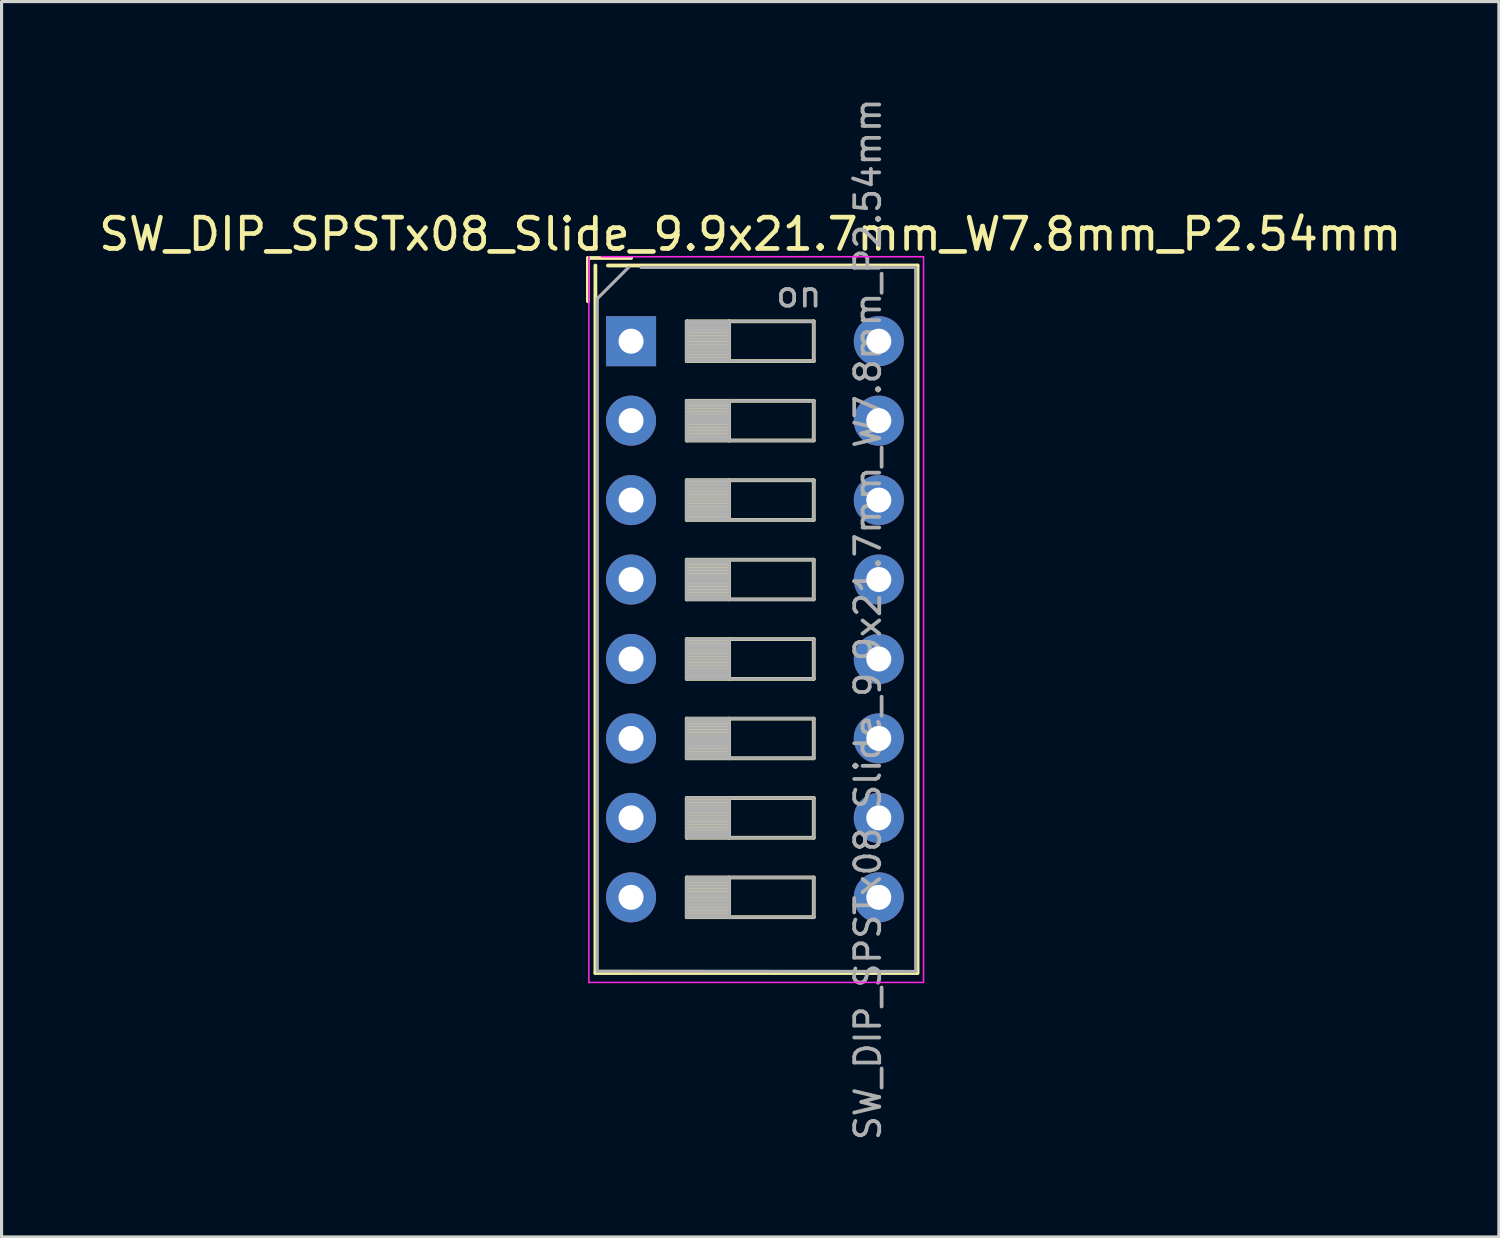
<source format=kicad_pcb>
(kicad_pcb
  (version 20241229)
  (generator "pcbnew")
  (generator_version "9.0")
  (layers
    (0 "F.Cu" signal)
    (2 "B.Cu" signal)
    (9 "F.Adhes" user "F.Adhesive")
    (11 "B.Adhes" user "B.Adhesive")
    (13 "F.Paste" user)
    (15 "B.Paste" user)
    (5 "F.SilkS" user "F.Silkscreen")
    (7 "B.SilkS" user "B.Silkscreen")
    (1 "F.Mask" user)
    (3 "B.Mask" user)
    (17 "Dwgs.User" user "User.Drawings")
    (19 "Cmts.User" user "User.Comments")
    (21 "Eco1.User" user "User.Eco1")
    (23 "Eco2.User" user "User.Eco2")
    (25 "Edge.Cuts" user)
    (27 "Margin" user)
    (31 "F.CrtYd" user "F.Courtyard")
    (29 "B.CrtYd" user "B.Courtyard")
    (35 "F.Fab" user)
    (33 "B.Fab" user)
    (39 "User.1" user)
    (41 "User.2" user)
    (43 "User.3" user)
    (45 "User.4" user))
  (footprint "SW_DIP_SPSTx08_Slide_9.9x21.7mm_W7.8mm_P2.54mm"
    (layer "F.Cu")
    (at 17.125 7.858)
    (property "Reference" "SW_DIP_SPSTx08_Slide_9.9x21.7mm_W7.8mm_P2.54mm" (at 3.81 -3.42 0) (layer "F.SilkS") (effects (font (size 1 1) (thickness 0.15))))
    (attr through_hole)
    (fp_line (start -1.38 -2.66) (end -1.38 -1.277) (stroke (width 0.12) (type solid)) (layer "F.SilkS"))
    (fp_line (start -1.38 -2.66) (end 0.004 -2.66) (stroke (width 0.12) (type solid)) (layer "F.SilkS"))
    (fp_line (start -1.14 -2.42) (end -1.14 20.201) (stroke (width 0.12) (type solid)) (layer "F.SilkS"))
    (fp_line (start -1.14 20.201) (end 9.15 20.2) (stroke (width 0.12) (type solid)) (layer "F.SilkS"))
    (fp_line (start -0.74 -2.42) (end 9.16 -2.42) (stroke (width 0.12) (type solid)) (layer "F.SilkS"))
    (fp_line (start 1.78 -0.635) (end 1.78 0.635) (stroke (width 0.12) (type solid)) (layer "F.SilkS"))
    (fp_line (start 1.78 -0.515) (end 3.133 -0.515) (stroke (width 0.12) (type solid)) (layer "F.SilkS"))
    (fp_line (start 1.78 -0.395) (end 3.133 -0.395) (stroke (width 0.12) (type solid)) (layer "F.SilkS"))
    (fp_line (start 1.78 -0.275) (end 3.133 -0.275) (stroke (width 0.12) (type solid)) (layer "F.SilkS"))
    (fp_line (start 1.78 -0.155) (end 3.133 -0.155) (stroke (width 0.12) (type solid)) (layer "F.SilkS"))
    (fp_line (start 1.78 -0.035) (end 3.133 -0.035) (stroke (width 0.12) (type solid)) (layer "F.SilkS"))
    (fp_line (start 1.78 0.085) (end 3.133 0.085) (stroke (width 0.12) (type solid)) (layer "F.SilkS"))
    (fp_line (start 1.78 0.205) (end 3.133 0.205) (stroke (width 0.12) (type solid)) (layer "F.SilkS"))
    (fp_line (start 1.78 0.325) (end 3.133 0.325) (stroke (width 0.12) (type solid)) (layer "F.SilkS"))
    (fp_line (start 1.78 0.445) (end 3.133 0.445) (stroke (width 0.12) (type solid)) (layer "F.SilkS"))
    (fp_line (start 1.78 0.565) (end 3.133 0.565) (stroke (width 0.12) (type solid)) (layer "F.SilkS"))
    (fp_line (start 1.78 0.635) (end 5.84 0.635) (stroke (width 0.12) (type solid)) (layer "F.SilkS"))
    (fp_line (start 1.78 1.905) (end 1.78 3.175) (stroke (width 0.12) (type solid)) (layer "F.SilkS"))
    (fp_line (start 1.78 2.025) (end 3.133 2.025) (stroke (width 0.12) (type solid)) (layer "F.SilkS"))
    (fp_line (start 1.78 2.145) (end 3.133 2.145) (stroke (width 0.12) (type solid)) (layer "F.SilkS"))
    (fp_line (start 1.78 2.265) (end 3.133 2.265) (stroke (width 0.12) (type solid)) (layer "F.SilkS"))
    (fp_line (start 1.78 2.385) (end 3.133 2.385) (stroke (width 0.12) (type solid)) (layer "F.SilkS"))
    (fp_line (start 1.78 2.505) (end 3.133 2.505) (stroke (width 0.12) (type solid)) (layer "F.SilkS"))
    (fp_line (start 1.78 2.625) (end 3.133 2.625) (stroke (width 0.12) (type solid)) (layer "F.SilkS"))
    (fp_line (start 1.78 2.745) (end 3.133 2.745) (stroke (width 0.12) (type solid)) (layer "F.SilkS"))
    (fp_line (start 1.78 2.865) (end 3.133 2.865) (stroke (width 0.12) (type solid)) (layer "F.SilkS"))
    (fp_line (start 1.78 2.985) (end 3.133 2.985) (stroke (width 0.12) (type solid)) (layer "F.SilkS"))
    (fp_line (start 1.78 3.105) (end 3.133 3.105) (stroke (width 0.12) (type solid)) (layer "F.SilkS"))
    (fp_line (start 1.78 3.175) (end 5.84 3.175) (stroke (width 0.12) (type solid)) (layer "F.SilkS"))
    (fp_line (start 1.78 4.445) (end 1.78 5.715) (stroke (width 0.12) (type solid)) (layer "F.SilkS"))
    (fp_line (start 1.78 4.565) (end 3.133 4.565) (stroke (width 0.12) (type solid)) (layer "F.SilkS"))
    (fp_line (start 1.78 4.685) (end 3.133 4.685) (stroke (width 0.12) (type solid)) (layer "F.SilkS"))
    (fp_line (start 1.78 4.805) (end 3.133 4.805) (stroke (width 0.12) (type solid)) (layer "F.SilkS"))
    (fp_line (start 1.78 4.925) (end 3.133 4.925) (stroke (width 0.12) (type solid)) (layer "F.SilkS"))
    (fp_line (start 1.78 5.045) (end 3.133 5.045) (stroke (width 0.12) (type solid)) (layer "F.SilkS"))
    (fp_line (start 1.78 5.165) (end 3.133 5.165) (stroke (width 0.12) (type solid)) (layer "F.SilkS"))
    (fp_line (start 1.78 5.285) (end 3.133 5.285) (stroke (width 0.12) (type solid)) (layer "F.SilkS"))
    (fp_line (start 1.78 5.405) (end 3.133 5.405) (stroke (width 0.12) (type solid)) (layer "F.SilkS"))
    (fp_line (start 1.78 5.525) (end 3.133 5.525) (stroke (width 0.12) (type solid)) (layer "F.SilkS"))
    (fp_line (start 1.78 5.645) (end 3.133 5.645) (stroke (width 0.12) (type solid)) (layer "F.SilkS"))
    (fp_line (start 1.78 5.715) (end 5.84 5.715) (stroke (width 0.12) (type solid)) (layer "F.SilkS"))
    (fp_line (start 1.78 6.985) (end 1.78 8.255) (stroke (width 0.12) (type solid)) (layer "F.SilkS"))
    (fp_line (start 1.78 7.105) (end 3.133 7.105) (stroke (width 0.12) (type solid)) (layer "F.SilkS"))
    (fp_line (start 1.78 7.225) (end 3.133 7.225) (stroke (width 0.12) (type solid)) (layer "F.SilkS"))
    (fp_line (start 1.78 7.345) (end 3.133 7.345) (stroke (width 0.12) (type solid)) (layer "F.SilkS"))
    (fp_line (start 1.78 7.465) (end 3.133 7.465) (stroke (width 0.12) (type solid)) (layer "F.SilkS"))
    (fp_line (start 1.78 7.585) (end 3.133 7.585) (stroke (width 0.12) (type solid)) (layer "F.SilkS"))
    (fp_line (start 1.78 7.705) (end 3.133 7.705) (stroke (width 0.12) (type solid)) (layer "F.SilkS"))
    (fp_line (start 1.78 7.825) (end 3.133 7.825) (stroke (width 0.12) (type solid)) (layer "F.SilkS"))
    (fp_line (start 1.78 7.945) (end 3.133 7.945) (stroke (width 0.12) (type solid)) (layer "F.SilkS"))
    (fp_line (start 1.78 8.065) (end 3.133 8.065) (stroke (width 0.12) (type solid)) (layer "F.SilkS"))
    (fp_line (start 1.78 8.185) (end 3.133 8.185) (stroke (width 0.12) (type solid)) (layer "F.SilkS"))
    (fp_line (start 1.78 8.255) (end 5.84 8.255) (stroke (width 0.12) (type solid)) (layer "F.SilkS"))
    (fp_line (start 1.78 9.525) (end 1.78 10.795) (stroke (width 0.12) (type solid)) (layer "F.SilkS"))
    (fp_line (start 1.78 9.645) (end 3.133 9.645) (stroke (width 0.12) (type solid)) (layer "F.SilkS"))
    (fp_line (start 1.78 9.765) (end 3.133 9.765) (stroke (width 0.12) (type solid)) (layer "F.SilkS"))
    (fp_line (start 1.78 9.885) (end 3.133 9.885) (stroke (width 0.12) (type solid)) (layer "F.SilkS"))
    (fp_line (start 1.78 10.005) (end 3.133 10.005) (stroke (width 0.12) (type solid)) (layer "F.SilkS"))
    (fp_line (start 1.78 10.125) (end 3.133 10.125) (stroke (width 0.12) (type solid)) (layer "F.SilkS"))
    (fp_line (start 1.78 10.245) (end 3.133 10.245) (stroke (width 0.12) (type solid)) (layer "F.SilkS"))
    (fp_line (start 1.78 10.365) (end 3.133 10.365) (stroke (width 0.12) (type solid)) (layer "F.SilkS"))
    (fp_line (start 1.78 10.485) (end 3.133 10.485) (stroke (width 0.12) (type solid)) (layer "F.SilkS"))
    (fp_line (start 1.78 10.605) (end 3.133 10.605) (stroke (width 0.12) (type solid)) (layer "F.SilkS"))
    (fp_line (start 1.78 10.725) (end 3.133 10.725) (stroke (width 0.12) (type solid)) (layer "F.SilkS"))
    (fp_line (start 1.78 10.795) (end 5.84 10.795) (stroke (width 0.12) (type solid)) (layer "F.SilkS"))
    (fp_line (start 1.78 12.065) (end 1.78 13.335) (stroke (width 0.12) (type solid)) (layer "F.SilkS"))
    (fp_line (start 1.78 12.185) (end 3.133 12.185) (stroke (width 0.12) (type solid)) (layer "F.SilkS"))
    (fp_line (start 1.78 12.305) (end 3.133 12.305) (stroke (width 0.12) (type solid)) (layer "F.SilkS"))
    (fp_line (start 1.78 12.425) (end 3.133 12.425) (stroke (width 0.12) (type solid)) (layer "F.SilkS"))
    (fp_line (start 1.78 12.545) (end 3.133 12.545) (stroke (width 0.12) (type solid)) (layer "F.SilkS"))
    (fp_line (start 1.78 12.665) (end 3.133 12.665) (stroke (width 0.12) (type solid)) (layer "F.SilkS"))
    (fp_line (start 1.78 12.785) (end 3.133 12.785) (stroke (width 0.12) (type solid)) (layer "F.SilkS"))
    (fp_line (start 1.78 12.905) (end 3.133 12.905) (stroke (width 0.12) (type solid)) (layer "F.SilkS"))
    (fp_line (start 1.78 13.025) (end 3.133 13.025) (stroke (width 0.12) (type solid)) (layer "F.SilkS"))
    (fp_line (start 1.78 13.145) (end 3.133 13.145) (stroke (width 0.12) (type solid)) (layer "F.SilkS"))
    (fp_line (start 1.78 13.265) (end 3.133 13.265) (stroke (width 0.12) (type solid)) (layer "F.SilkS"))
    (fp_line (start 1.78 13.335) (end 5.84 13.335) (stroke (width 0.12) (type solid)) (layer "F.SilkS"))
    (fp_line (start 1.78 14.605) (end 1.78 15.875) (stroke (width 0.12) (type solid)) (layer "F.SilkS"))
    (fp_line (start 1.78 14.725) (end 3.133 14.725) (stroke (width 0.12) (type solid)) (layer "F.SilkS"))
    (fp_line (start 1.78 14.845) (end 3.133 14.845) (stroke (width 0.12) (type solid)) (layer "F.SilkS"))
    (fp_line (start 1.78 14.965) (end 3.133 14.965) (stroke (width 0.12) (type solid)) (layer "F.SilkS"))
    (fp_line (start 1.78 15.085) (end 3.133 15.085) (stroke (width 0.12) (type solid)) (layer "F.SilkS"))
    (fp_line (start 1.78 15.205) (end 3.133 15.205) (stroke (width 0.12) (type solid)) (layer "F.SilkS"))
    (fp_line (start 1.78 15.325) (end 3.133 15.325) (stroke (width 0.12) (type solid)) (layer "F.SilkS"))
    (fp_line (start 1.78 15.445) (end 3.133 15.445) (stroke (width 0.12) (type solid)) (layer "F.SilkS"))
    (fp_line (start 1.78 15.565) (end 3.133 15.565) (stroke (width 0.12) (type solid)) (layer "F.SilkS"))
    (fp_line (start 1.78 15.685) (end 3.133 15.685) (stroke (width 0.12) (type solid)) (layer "F.SilkS"))
    (fp_line (start 1.78 15.805) (end 3.133 15.805) (stroke (width 0.12) (type solid)) (layer "F.SilkS"))
    (fp_line (start 1.78 15.875) (end 5.84 15.875) (stroke (width 0.12) (type solid)) (layer "F.SilkS"))
    (fp_line (start 1.78 17.145) (end 1.78 18.415) (stroke (width 0.12) (type solid)) (layer "F.SilkS"))
    (fp_line (start 1.78 17.265) (end 3.133 17.265) (stroke (width 0.12) (type solid)) (layer "F.SilkS"))
    (fp_line (start 1.78 17.385) (end 3.133 17.385) (stroke (width 0.12) (type solid)) (layer "F.SilkS"))
    (fp_line (start 1.78 17.505) (end 3.133 17.505) (stroke (width 0.12) (type solid)) (layer "F.SilkS"))
    (fp_line (start 1.78 17.625) (end 3.133 17.625) (stroke (width 0.12) (type solid)) (layer "F.SilkS"))
    (fp_line (start 1.78 17.745) (end 3.133 17.745) (stroke (width 0.12) (type solid)) (layer "F.SilkS"))
    (fp_line (start 1.78 17.865) (end 3.133 17.865) (stroke (width 0.12) (type solid)) (layer "F.SilkS"))
    (fp_line (start 1.78 17.985) (end 3.133 17.985) (stroke (width 0.12) (type solid)) (layer "F.SilkS"))
    (fp_line (start 1.78 18.105) (end 3.133 18.105) (stroke (width 0.12) (type solid)) (layer "F.SilkS"))
    (fp_line (start 1.78 18.225) (end 3.133 18.225) (stroke (width 0.12) (type solid)) (layer "F.SilkS"))
    (fp_line (start 1.78 18.345) (end 3.133 18.345) (stroke (width 0.12) (type solid)) (layer "F.SilkS"))
    (fp_line (start 1.78 18.415) (end 5.84 18.415) (stroke (width 0.12) (type solid)) (layer "F.SilkS"))
    (fp_line (start 3.133 -0.635) (end 3.133 0.635) (stroke (width 0.12) (type solid)) (layer "F.SilkS"))
    (fp_line (start 3.133 1.905) (end 3.133 3.175) (stroke (width 0.12) (type solid)) (layer "F.SilkS"))
    (fp_line (start 3.133 4.445) (end 3.133 5.715) (stroke (width 0.12) (type solid)) (layer "F.SilkS"))
    (fp_line (start 3.133 6.985) (end 3.133 8.255) (stroke (width 0.12) (type solid)) (layer "F.SilkS"))
    (fp_line (start 3.133 9.525) (end 3.133 10.795) (stroke (width 0.12) (type solid)) (layer "F.SilkS"))
    (fp_line (start 3.133 12.065) (end 3.133 13.335) (stroke (width 0.12) (type solid)) (layer "F.SilkS"))
    (fp_line (start 3.133 14.605) (end 3.133 15.875) (stroke (width 0.12) (type solid)) (layer "F.SilkS"))
    (fp_line (start 3.133 17.145) (end 3.133 18.415) (stroke (width 0.12) (type solid)) (layer "F.SilkS"))
    (fp_line (start 5.84 -0.635) (end 1.78 -0.635) (stroke (width 0.12) (type solid)) (layer "F.SilkS"))
    (fp_line (start 5.84 0.635) (end 5.84 -0.635) (stroke (width 0.12) (type solid)) (layer "F.SilkS"))
    (fp_line (start 5.84 1.905) (end 1.78 1.905) (stroke (width 0.12) (type solid)) (layer "F.SilkS"))
    (fp_line (start 5.84 3.175) (end 5.84 1.905) (stroke (width 0.12) (type solid)) (layer "F.SilkS"))
    (fp_line (start 5.84 4.445) (end 1.78 4.445) (stroke (width 0.12) (type solid)) (layer "F.SilkS"))
    (fp_line (start 5.84 5.715) (end 5.84 4.445) (stroke (width 0.12) (type solid)) (layer "F.SilkS"))
    (fp_line (start 5.84 6.985) (end 1.78 6.985) (stroke (width 0.12) (type solid)) (layer "F.SilkS"))
    (fp_line (start 5.84 8.255) (end 5.84 6.985) (stroke (width 0.12) (type solid)) (layer "F.SilkS"))
    (fp_line (start 5.84 9.525) (end 1.78 9.525) (stroke (width 0.12) (type solid)) (layer "F.SilkS"))
    (fp_line (start 5.84 10.795) (end 5.84 9.525) (stroke (width 0.12) (type solid)) (layer "F.SilkS"))
    (fp_line (start 5.84 12.065) (end 1.78 12.065) (stroke (width 0.12) (type solid)) (layer "F.SilkS"))
    (fp_line (start 5.84 13.335) (end 5.84 12.065) (stroke (width 0.12) (type solid)) (layer "F.SilkS"))
    (fp_line (start 5.84 14.605) (end 1.78 14.605) (stroke (width 0.12) (type solid)) (layer "F.SilkS"))
    (fp_line (start 5.84 15.875) (end 5.84 14.605) (stroke (width 0.12) (type solid)) (layer "F.SilkS"))
    (fp_line (start 5.84 17.145) (end 1.78 17.145) (stroke (width 0.12) (type solid)) (layer "F.SilkS"))
    (fp_line (start 5.84 18.415) (end 5.84 17.145) (stroke (width 0.12) (type solid)) (layer "F.SilkS"))
    (fp_line (start 9.16 -2.42) (end 9.16 20.201) (stroke (width 0.12) (type solid)) (layer "F.SilkS"))
    (fp_line (start -1.35 -2.7) (end -1.35 20.5) (stroke (width 0.05) (type solid)) (layer "F.CrtYd"))
    (fp_line (start -1.35 20.5) (end 9.35 20.5) (stroke (width 0.05) (type solid)) (layer "F.CrtYd"))
    (fp_line (start 9.35 -2.7) (end -0.95 -2.7) (stroke (width 0.05) (type solid)) (layer "F.CrtYd"))
    (fp_line (start 9.35 20.5) (end 9.35 -2.7) (stroke (width 0.05) (type solid)) (layer "F.CrtYd"))
    (fp_line (start -1.08 -1.36) (end -0.08 -2.36) (stroke (width 0.1) (type solid)) (layer "F.Fab"))
    (fp_line (start -1.08 20.14) (end -1.08 -1.36) (stroke (width 0.1) (type solid)) (layer "F.Fab"))
    (fp_line (start 0.32 -2.36) (end 9.1 -2.36) (stroke (width 0.1) (type solid)) (layer "F.Fab"))
    (fp_line (start 1.78 -0.635) (end 1.78 0.635) (stroke (width 0.1) (type solid)) (layer "F.Fab"))
    (fp_line (start 1.78 -0.535) (end 3.133 -0.535) (stroke (width 0.1) (type solid)) (layer "F.Fab"))
    (fp_line (start 1.78 -0.435) (end 3.133 -0.435) (stroke (width 0.1) (type solid)) (layer "F.Fab"))
    (fp_line (start 1.78 -0.335) (end 3.133 -0.335) (stroke (width 0.1) (type solid)) (layer "F.Fab"))
    (fp_line (start 1.78 -0.235) (end 3.133 -0.235) (stroke (width 0.1) (type solid)) (layer "F.Fab"))
    (fp_line (start 1.78 -0.135) (end 3.133 -0.135) (stroke (width 0.1) (type solid)) (layer "F.Fab"))
    (fp_line (start 1.78 -0.035) (end 3.133 -0.035) (stroke (width 0.1) (type solid)) (layer "F.Fab"))
    (fp_line (start 1.78 0.065) (end 3.133 0.065) (stroke (width 0.1) (type solid)) (layer "F.Fab"))
    (fp_line (start 1.78 0.165) (end 3.133 0.165) (stroke (width 0.1) (type solid)) (layer "F.Fab"))
    (fp_line (start 1.78 0.265) (end 3.133 0.265) (stroke (width 0.1) (type solid)) (layer "F.Fab"))
    (fp_line (start 1.78 0.365) (end 3.133 0.365) (stroke (width 0.1) (type solid)) (layer "F.Fab"))
    (fp_line (start 1.78 0.465) (end 3.133 0.465) (stroke (width 0.1) (type solid)) (layer "F.Fab"))
    (fp_line (start 1.78 0.565) (end 3.133 0.565) (stroke (width 0.1) (type solid)) (layer "F.Fab"))
    (fp_line (start 1.78 0.635) (end 5.84 0.635) (stroke (width 0.1) (type solid)) (layer "F.Fab"))
    (fp_line (start 1.78 1.905) (end 1.78 3.175) (stroke (width 0.1) (type solid)) (layer "F.Fab"))
    (fp_line (start 1.78 2.005) (end 3.133 2.005) (stroke (width 0.1) (type solid)) (layer "F.Fab"))
    (fp_line (start 1.78 2.105) (end 3.133 2.105) (stroke (width 0.1) (type solid)) (layer "F.Fab"))
    (fp_line (start 1.78 2.205) (end 3.133 2.205) (stroke (width 0.1) (type solid)) (layer "F.Fab"))
    (fp_line (start 1.78 2.305) (end 3.133 2.305) (stroke (width 0.1) (type solid)) (layer "F.Fab"))
    (fp_line (start 1.78 2.405) (end 3.133 2.405) (stroke (width 0.1) (type solid)) (layer "F.Fab"))
    (fp_line (start 1.78 2.505) (end 3.133 2.505) (stroke (width 0.1) (type solid)) (layer "F.Fab"))
    (fp_line (start 1.78 2.605) (end 3.133 2.605) (stroke (width 0.1) (type solid)) (layer "F.Fab"))
    (fp_line (start 1.78 2.705) (end 3.133 2.705) (stroke (width 0.1) (type solid)) (layer "F.Fab"))
    (fp_line (start 1.78 2.805) (end 3.133 2.805) (stroke (width 0.1) (type solid)) (layer "F.Fab"))
    (fp_line (start 1.78 2.905) (end 3.133 2.905) (stroke (width 0.1) (type solid)) (layer "F.Fab"))
    (fp_line (start 1.78 3.005) (end 3.133 3.005) (stroke (width 0.1) (type solid)) (layer "F.Fab"))
    (fp_line (start 1.78 3.105) (end 3.133 3.105) (stroke (width 0.1) (type solid)) (layer "F.Fab"))
    (fp_line (start 1.78 3.175) (end 5.84 3.175) (stroke (width 0.1) (type solid)) (layer "F.Fab"))
    (fp_line (start 1.78 4.445) (end 1.78 5.715) (stroke (width 0.1) (type solid)) (layer "F.Fab"))
    (fp_line (start 1.78 4.545) (end 3.133 4.545) (stroke (width 0.1) (type solid)) (layer "F.Fab"))
    (fp_line (start 1.78 4.645) (end 3.133 4.645) (stroke (width 0.1) (type solid)) (layer "F.Fab"))
    (fp_line (start 1.78 4.745) (end 3.133 4.745) (stroke (width 0.1) (type solid)) (layer "F.Fab"))
    (fp_line (start 1.78 4.845) (end 3.133 4.845) (stroke (width 0.1) (type solid)) (layer "F.Fab"))
    (fp_line (start 1.78 4.945) (end 3.133 4.945) (stroke (width 0.1) (type solid)) (layer "F.Fab"))
    (fp_line (start 1.78 5.045) (end 3.133 5.045) (stroke (width 0.1) (type solid)) (layer "F.Fab"))
    (fp_line (start 1.78 5.145) (end 3.133 5.145) (stroke (width 0.1) (type solid)) (layer "F.Fab"))
    (fp_line (start 1.78 5.245) (end 3.133 5.245) (stroke (width 0.1) (type solid)) (layer "F.Fab"))
    (fp_line (start 1.78 5.345) (end 3.133 5.345) (stroke (width 0.1) (type solid)) (layer "F.Fab"))
    (fp_line (start 1.78 5.445) (end 3.133 5.445) (stroke (width 0.1) (type solid)) (layer "F.Fab"))
    (fp_line (start 1.78 5.545) (end 3.133 5.545) (stroke (width 0.1) (type solid)) (layer "F.Fab"))
    (fp_line (start 1.78 5.645) (end 3.133 5.645) (stroke (width 0.1) (type solid)) (layer "F.Fab"))
    (fp_line (start 1.78 5.715) (end 5.84 5.715) (stroke (width 0.1) (type solid)) (layer "F.Fab"))
    (fp_line (start 1.78 6.985) (end 1.78 8.255) (stroke (width 0.1) (type solid)) (layer "F.Fab"))
    (fp_line (start 1.78 7.085) (end 3.133 7.085) (stroke (width 0.1) (type solid)) (layer "F.Fab"))
    (fp_line (start 1.78 7.185) (end 3.133 7.185) (stroke (width 0.1) (type solid)) (layer "F.Fab"))
    (fp_line (start 1.78 7.285) (end 3.133 7.285) (stroke (width 0.1) (type solid)) (layer "F.Fab"))
    (fp_line (start 1.78 7.385) (end 3.133 7.385) (stroke (width 0.1) (type solid)) (layer "F.Fab"))
    (fp_line (start 1.78 7.485) (end 3.133 7.485) (stroke (width 0.1) (type solid)) (layer "F.Fab"))
    (fp_line (start 1.78 7.585) (end 3.133 7.585) (stroke (width 0.1) (type solid)) (layer "F.Fab"))
    (fp_line (start 1.78 7.685) (end 3.133 7.685) (stroke (width 0.1) (type solid)) (layer "F.Fab"))
    (fp_line (start 1.78 7.785) (end 3.133 7.785) (stroke (width 0.1) (type solid)) (layer "F.Fab"))
    (fp_line (start 1.78 7.885) (end 3.133 7.885) (stroke (width 0.1) (type solid)) (layer "F.Fab"))
    (fp_line (start 1.78 7.985) (end 3.133 7.985) (stroke (width 0.1) (type solid)) (layer "F.Fab"))
    (fp_line (start 1.78 8.085) (end 3.133 8.085) (stroke (width 0.1) (type solid)) (layer "F.Fab"))
    (fp_line (start 1.78 8.185) (end 3.133 8.185) (stroke (width 0.1) (type solid)) (layer "F.Fab"))
    (fp_line (start 1.78 8.255) (end 5.84 8.255) (stroke (width 0.1) (type solid)) (layer "F.Fab"))
    (fp_line (start 1.78 9.525) (end 1.78 10.795) (stroke (width 0.1) (type solid)) (layer "F.Fab"))
    (fp_line (start 1.78 9.625) (end 3.133 9.625) (stroke (width 0.1) (type solid)) (layer "F.Fab"))
    (fp_line (start 1.78 9.725) (end 3.133 9.725) (stroke (width 0.1) (type solid)) (layer "F.Fab"))
    (fp_line (start 1.78 9.825) (end 3.133 9.825) (stroke (width 0.1) (type solid)) (layer "F.Fab"))
    (fp_line (start 1.78 9.925) (end 3.133 9.925) (stroke (width 0.1) (type solid)) (layer "F.Fab"))
    (fp_line (start 1.78 10.025) (end 3.133 10.025) (stroke (width 0.1) (type solid)) (layer "F.Fab"))
    (fp_line (start 1.78 10.125) (end 3.133 10.125) (stroke (width 0.1) (type solid)) (layer "F.Fab"))
    (fp_line (start 1.78 10.225) (end 3.133 10.225) (stroke (width 0.1) (type solid)) (layer "F.Fab"))
    (fp_line (start 1.78 10.325) (end 3.133 10.325) (stroke (width 0.1) (type solid)) (layer "F.Fab"))
    (fp_line (start 1.78 10.425) (end 3.133 10.425) (stroke (width 0.1) (type solid)) (layer "F.Fab"))
    (fp_line (start 1.78 10.525) (end 3.133 10.525) (stroke (width 0.1) (type solid)) (layer "F.Fab"))
    (fp_line (start 1.78 10.625) (end 3.133 10.625) (stroke (width 0.1) (type solid)) (layer "F.Fab"))
    (fp_line (start 1.78 10.725) (end 3.133 10.725) (stroke (width 0.1) (type solid)) (layer "F.Fab"))
    (fp_line (start 1.78 10.795) (end 5.84 10.795) (stroke (width 0.1) (type solid)) (layer "F.Fab"))
    (fp_line (start 1.78 12.065) (end 1.78 13.335) (stroke (width 0.1) (type solid)) (layer "F.Fab"))
    (fp_line (start 1.78 12.165) (end 3.133 12.165) (stroke (width 0.1) (type solid)) (layer "F.Fab"))
    (fp_line (start 1.78 12.265) (end 3.133 12.265) (stroke (width 0.1) (type solid)) (layer "F.Fab"))
    (fp_line (start 1.78 12.365) (end 3.133 12.365) (stroke (width 0.1) (type solid)) (layer "F.Fab"))
    (fp_line (start 1.78 12.465) (end 3.133 12.465) (stroke (width 0.1) (type solid)) (layer "F.Fab"))
    (fp_line (start 1.78 12.565) (end 3.133 12.565) (stroke (width 0.1) (type solid)) (layer "F.Fab"))
    (fp_line (start 1.78 12.665) (end 3.133 12.665) (stroke (width 0.1) (type solid)) (layer "F.Fab"))
    (fp_line (start 1.78 12.765) (end 3.133 12.765) (stroke (width 0.1) (type solid)) (layer "F.Fab"))
    (fp_line (start 1.78 12.865) (end 3.133 12.865) (stroke (width 0.1) (type solid)) (layer "F.Fab"))
    (fp_line (start 1.78 12.965) (end 3.133 12.965) (stroke (width 0.1) (type solid)) (layer "F.Fab"))
    (fp_line (start 1.78 13.065) (end 3.133 13.065) (stroke (width 0.1) (type solid)) (layer "F.Fab"))
    (fp_line (start 1.78 13.165) (end 3.133 13.165) (stroke (width 0.1) (type solid)) (layer "F.Fab"))
    (fp_line (start 1.78 13.265) (end 3.133 13.265) (stroke (width 0.1) (type solid)) (layer "F.Fab"))
    (fp_line (start 1.78 13.335) (end 5.84 13.335) (stroke (width 0.1) (type solid)) (layer "F.Fab"))
    (fp_line (start 1.78 14.605) (end 1.78 15.875) (stroke (width 0.1) (type solid)) (layer "F.Fab"))
    (fp_line (start 1.78 14.705) (end 3.133 14.705) (stroke (width 0.1) (type solid)) (layer "F.Fab"))
    (fp_line (start 1.78 14.805) (end 3.133 14.805) (stroke (width 0.1) (type solid)) (layer "F.Fab"))
    (fp_line (start 1.78 14.905) (end 3.133 14.905) (stroke (width 0.1) (type solid)) (layer "F.Fab"))
    (fp_line (start 1.78 15.005) (end 3.133 15.005) (stroke (width 0.1) (type solid)) (layer "F.Fab"))
    (fp_line (start 1.78 15.105) (end 3.133 15.105) (stroke (width 0.1) (type solid)) (layer "F.Fab"))
    (fp_line (start 1.78 15.205) (end 3.133 15.205) (stroke (width 0.1) (type solid)) (layer "F.Fab"))
    (fp_line (start 1.78 15.305) (end 3.133 15.305) (stroke (width 0.1) (type solid)) (layer "F.Fab"))
    (fp_line (start 1.78 15.405) (end 3.133 15.405) (stroke (width 0.1) (type solid)) (layer "F.Fab"))
    (fp_line (start 1.78 15.505) (end 3.133 15.505) (stroke (width 0.1) (type solid)) (layer "F.Fab"))
    (fp_line (start 1.78 15.605) (end 3.133 15.605) (stroke (width 0.1) (type solid)) (layer "F.Fab"))
    (fp_line (start 1.78 15.705) (end 3.133 15.705) (stroke (width 0.1) (type solid)) (layer "F.Fab"))
    (fp_line (start 1.78 15.805) (end 3.133 15.805) (stroke (width 0.1) (type solid)) (layer "F.Fab"))
    (fp_line (start 1.78 15.875) (end 5.84 15.875) (stroke (width 0.1) (type solid)) (layer "F.Fab"))
    (fp_line (start 1.78 17.145) (end 1.78 18.415) (stroke (width 0.1) (type solid)) (layer "F.Fab"))
    (fp_line (start 1.78 17.245) (end 3.133 17.245) (stroke (width 0.1) (type solid)) (layer "F.Fab"))
    (fp_line (start 1.78 17.345) (end 3.133 17.345) (stroke (width 0.1) (type solid)) (layer "F.Fab"))
    (fp_line (start 1.78 17.445) (end 3.133 17.445) (stroke (width 0.1) (type solid)) (layer "F.Fab"))
    (fp_line (start 1.78 17.545) (end 3.133 17.545) (stroke (width 0.1) (type solid)) (layer "F.Fab"))
    (fp_line (start 1.78 17.645) (end 3.133 17.645) (stroke (width 0.1) (type solid)) (layer "F.Fab"))
    (fp_line (start 1.78 17.745) (end 3.133 17.745) (stroke (width 0.1) (type solid)) (layer "F.Fab"))
    (fp_line (start 1.78 17.845) (end 3.133 17.845) (stroke (width 0.1) (type solid)) (layer "F.Fab"))
    (fp_line (start 1.78 17.945) (end 3.133 17.945) (stroke (width 0.1) (type solid)) (layer "F.Fab"))
    (fp_line (start 1.78 18.045) (end 3.133 18.045) (stroke (width 0.1) (type solid)) (layer "F.Fab"))
    (fp_line (start 1.78 18.145) (end 3.133 18.145) (stroke (width 0.1) (type solid)) (layer "F.Fab"))
    (fp_line (start 1.78 18.245) (end 3.133 18.245) (stroke (width 0.1) (type solid)) (layer "F.Fab"))
    (fp_line (start 1.78 18.345) (end 3.133 18.345) (stroke (width 0.1) (type solid)) (layer "F.Fab"))
    (fp_line (start 1.78 18.415) (end 5.84 18.415) (stroke (width 0.1) (type solid)) (layer "F.Fab"))
    (fp_line (start 3.133 -0.635) (end 3.133 0.635) (stroke (width 0.1) (type solid)) (layer "F.Fab"))
    (fp_line (start 3.133 1.905) (end 3.133 3.175) (stroke (width 0.1) (type solid)) (layer "F.Fab"))
    (fp_line (start 3.133 4.445) (end 3.133 5.715) (stroke (width 0.1) (type solid)) (layer "F.Fab"))
    (fp_line (start 3.133 6.985) (end 3.133 8.255) (stroke (width 0.1) (type solid)) (layer "F.Fab"))
    (fp_line (start 3.133 9.525) (end 3.133 10.795) (stroke (width 0.1) (type solid)) (layer "F.Fab"))
    (fp_line (start 3.133 12.065) (end 3.133 13.335) (stroke (width 0.1) (type solid)) (layer "F.Fab"))
    (fp_line (start 3.133 14.605) (end 3.133 15.875) (stroke (width 0.1) (type solid)) (layer "F.Fab"))
    (fp_line (start 3.133 17.145) (end 3.133 18.415) (stroke (width 0.1) (type solid)) (layer "F.Fab"))
    (fp_line (start 5.84 -0.635) (end 1.78 -0.635) (stroke (width 0.1) (type solid)) (layer "F.Fab"))
    (fp_line (start 5.84 0.635) (end 5.84 -0.635) (stroke (width 0.1) (type solid)) (layer "F.Fab"))
    (fp_line (start 5.84 1.905) (end 1.78 1.905) (stroke (width 0.1) (type solid)) (layer "F.Fab"))
    (fp_line (start 5.84 3.175) (end 5.84 1.905) (stroke (width 0.1) (type solid)) (layer "F.Fab"))
    (fp_line (start 5.84 4.445) (end 1.78 4.445) (stroke (width 0.1) (type solid)) (layer "F.Fab"))
    (fp_line (start 5.84 5.715) (end 5.84 4.445) (stroke (width 0.1) (type solid)) (layer "F.Fab"))
    (fp_line (start 5.84 6.985) (end 1.78 6.985) (stroke (width 0.1) (type solid)) (layer "F.Fab"))
    (fp_line (start 5.84 8.255) (end 5.84 6.985) (stroke (width 0.1) (type solid)) (layer "F.Fab"))
    (fp_line (start 5.84 9.525) (end 1.78 9.525) (stroke (width 0.1) (type solid)) (layer "F.Fab"))
    (fp_line (start 5.84 10.795) (end 5.84 9.525) (stroke (width 0.1) (type solid)) (layer "F.Fab"))
    (fp_line (start 5.84 12.065) (end 1.78 12.065) (stroke (width 0.1) (type solid)) (layer "F.Fab"))
    (fp_line (start 5.84 13.335) (end 5.84 12.065) (stroke (width 0.1) (type solid)) (layer "F.Fab"))
    (fp_line (start 5.84 14.605) (end 1.78 14.605) (stroke (width 0.1) (type solid)) (layer "F.Fab"))
    (fp_line (start 5.84 15.875) (end 5.84 14.605) (stroke (width 0.1) (type solid)) (layer "F.Fab"))
    (fp_line (start 5.84 17.145) (end 1.78 17.145) (stroke (width 0.1) (type solid)) (layer "F.Fab"))
    (fp_line (start 5.84 18.415) (end 5.84 17.145) (stroke (width 0.1) (type solid)) (layer "F.Fab"))
    (fp_line (start 9.1 -2.36) (end 9.1 20.14) (stroke (width 0.1) (type solid)) (layer "F.Fab"))
    (fp_line (start 9.1 20.15) (end -1.08 20.14) (stroke (width 0.1) (type solid)) (layer "F.Fab"))
    (fp_text user "on" (at 5.365 -1.498 0) (layer "F.Fab") (effects (font (size 0.8 0.8) (thickness 0.12))))
    (fp_text user "${REFERENCE}" (at 7.57 8.89 90) (layer "F.Fab") (effects (font (size 0.8 0.8) (thickness 0.12))))
    (pad "1" thru_hole rect (at 0 0) (size 1.6 1.6) (drill 0.8) (layers "*.Cu" "*.Mask"))
    (pad "2" thru_hole oval (at 0 2.54) (size 1.6 1.6) (drill 0.8) (layers "*.Cu" "*.Mask"))
    (pad "3" thru_hole oval (at 0 5.08) (size 1.6 1.6) (drill 0.8) (layers "*.Cu" "*.Mask"))
    (pad "4" thru_hole oval (at 0 7.62) (size 1.6 1.6) (drill 0.8) (layers "*.Cu" "*.Mask"))
    (pad "5" thru_hole oval (at 0 10.16) (size 1.6 1.6) (drill 0.8) (layers "*.Cu" "*.Mask"))
    (pad "6" thru_hole oval (at 0 12.7) (size 1.6 1.6) (drill 0.8) (layers "*.Cu" "*.Mask"))
    (pad "7" thru_hole oval (at 0 15.24) (size 1.6 1.6) (drill 0.8) (layers "*.Cu" "*.Mask"))
    (pad "8" thru_hole oval (at 0 17.78) (size 1.6 1.6) (drill 0.8) (layers "*.Cu" "*.Mask"))
    (pad "9" thru_hole oval (at 7.92 17.78) (size 1.6 1.6) (drill 0.8) (layers "*.Cu" "*.Mask"))
    (pad "10" thru_hole oval (at 7.92 15.24) (size 1.6 1.6) (drill 0.8) (layers "*.Cu" "*.Mask"))
    (pad "11" thru_hole oval (at 7.92 12.7) (size 1.6 1.6) (drill 0.8) (layers "*.Cu" "*.Mask"))
    (pad "12" thru_hole oval (at 7.92 10.16) (size 1.6 1.6) (drill 0.8) (layers "*.Cu" "*.Mask"))
    (pad "13" thru_hole oval (at 7.92 7.62) (size 1.6 1.6) (drill 0.8) (layers "*.Cu" "*.Mask"))
    (pad "14" thru_hole oval (at 7.92 5.08) (size 1.6 1.6) (drill 0.8) (layers "*.Cu" "*.Mask"))
    (pad "15" thru_hole oval (at 7.92 2.54) (size 1.6 1.6) (drill 0.8) (layers "*.Cu" "*.Mask"))
    (pad "16" thru_hole oval (at 7.92 0) (size 1.6 1.6) (drill 0.8) (layers "*.Cu" "*.Mask")))
  (gr_rect
    (start -3 -3)
    (end 44.869 36.495)
    (stroke (width 0.1) (type default))
    (fill no)
    (layer "Edge.Cuts")))
</source>
